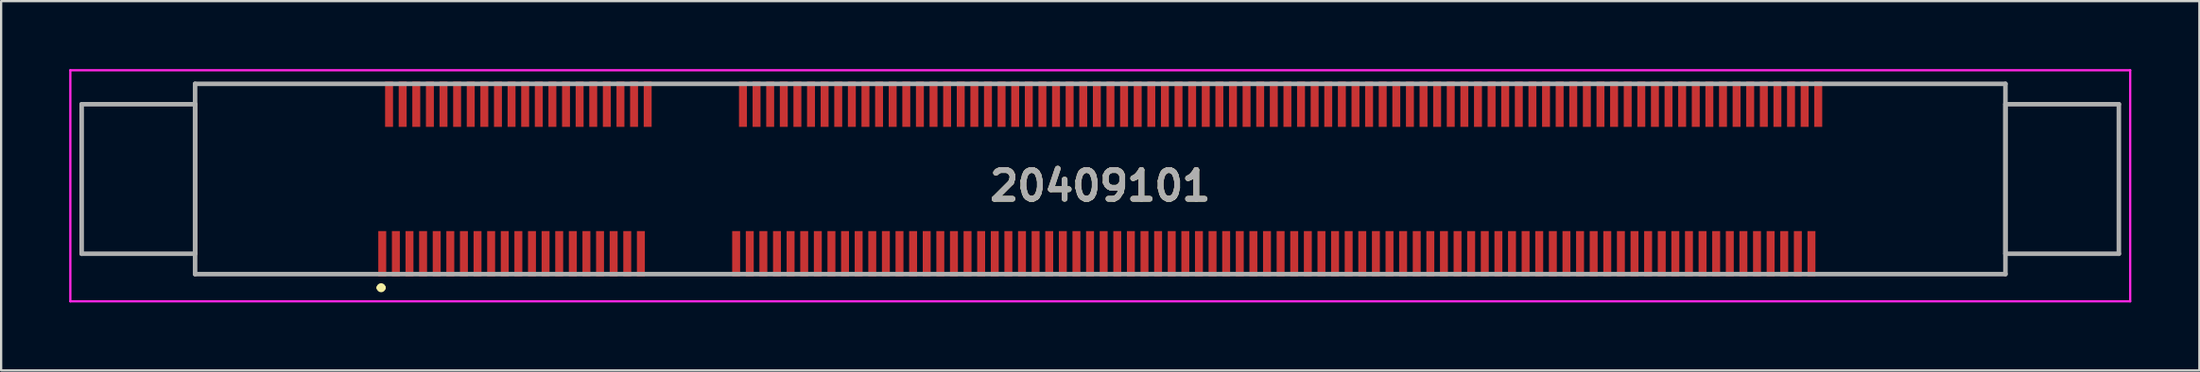
<source format=kicad_pcb>
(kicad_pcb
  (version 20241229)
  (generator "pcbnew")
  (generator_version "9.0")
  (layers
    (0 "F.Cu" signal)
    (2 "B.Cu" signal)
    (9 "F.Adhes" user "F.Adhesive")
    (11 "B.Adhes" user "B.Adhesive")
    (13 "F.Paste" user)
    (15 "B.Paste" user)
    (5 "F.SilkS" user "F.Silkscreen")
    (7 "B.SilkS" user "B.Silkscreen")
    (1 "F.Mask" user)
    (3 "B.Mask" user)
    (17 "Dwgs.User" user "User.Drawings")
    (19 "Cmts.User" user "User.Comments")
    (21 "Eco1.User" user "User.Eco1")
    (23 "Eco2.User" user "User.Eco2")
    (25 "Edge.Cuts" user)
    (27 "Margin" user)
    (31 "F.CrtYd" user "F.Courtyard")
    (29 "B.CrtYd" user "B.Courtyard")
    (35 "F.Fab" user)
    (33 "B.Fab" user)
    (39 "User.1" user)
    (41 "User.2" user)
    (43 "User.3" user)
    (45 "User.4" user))
  (footprint "20409101"
    (layer "F.Cu")
    (at 45.45 4.85)
    (property "Reference" "20409101" (at 0 0.3 0) (layer "F.SilkS") (effects (font (size 1.27 1.27) (thickness 0.254))))
    (attr through_hole)
    (fp_line (start -39.9 -4.2) (end -39.9 4.2) (stroke (width 0.1) (type solid)) (layer "F.SilkS"))
    (fp_line (start -39.9 4.2) (end -34 4.2) (stroke (width 0.1) (type solid)) (layer "F.SilkS"))
    (fp_line (start -34 -4.2) (end -39.9 -4.2) (stroke (width 0.1) (type solid)) (layer "F.SilkS"))
    (fp_line (start -31.8 4.8) (end -31.8 4.8) (stroke (width 0.2) (type solid)) (layer "F.SilkS"))
    (fp_line (start -31.6 4.8) (end -31.6 4.8) (stroke (width 0.2) (type solid)) (layer "F.SilkS"))
    (fp_line (start 34 -4.2) (end 39.9 -4.2) (stroke (width 0.1) (type solid)) (layer "F.SilkS"))
    (fp_line (start 39.9 -4.2) (end 39.9 4.2) (stroke (width 0.1) (type solid)) (layer "F.SilkS"))
    (fp_line (start 39.9 4.2) (end 34 4.2) (stroke (width 0.1) (type solid)) (layer "F.SilkS"))
    (fp_arc (start -31.8 4.8) (mid -31.7 4.7) (end -31.6 4.8) (stroke (width 0.2) (type solid)) (layer "F.SilkS"))
    (fp_arc (start -31.6 4.8) (mid -31.7 4.9) (end -31.8 4.8) (stroke (width 0.2) (type solid)) (layer "F.SilkS"))
    (fp_line (start -45.4 -4.8) (end 45.4 -4.8) (stroke (width 0.1) (type solid)) (layer "F.CrtYd"))
    (fp_line (start -45.4 5.4) (end -45.4 -4.8) (stroke (width 0.1) (type solid)) (layer "F.CrtYd"))
    (fp_line (start 45.4 -4.8) (end 45.4 5.4) (stroke (width 0.1) (type solid)) (layer "F.CrtYd"))
    (fp_line (start 45.4 5.4) (end -45.4 5.4) (stroke (width 0.1) (type solid)) (layer "F.CrtYd"))
    (fp_line (start -44.9 -3.3) (end -44.9 3.3) (stroke (width 0.2) (type solid)) (layer "F.Fab"))
    (fp_line (start -44.9 3.3) (end -39.9 3.3) (stroke (width 0.2) (type solid)) (layer "F.Fab"))
    (fp_line (start -39.9 -4.2) (end 39.9 -4.2) (stroke (width 0.2) (type solid)) (layer "F.Fab"))
    (fp_line (start -39.9 -3.3) (end -44.9 -3.3) (stroke (width 0.2) (type solid)) (layer "F.Fab"))
    (fp_line (start -39.9 3.3) (end -39.9 -3.3) (stroke (width 0.2) (type solid)) (layer "F.Fab"))
    (fp_line (start -39.9 4.2) (end -39.9 -4.2) (stroke (width 0.2) (type solid)) (layer "F.Fab"))
    (fp_line (start 39.9 -4.2) (end 39.9 4.2) (stroke (width 0.2) (type solid)) (layer "F.Fab"))
    (fp_line (start 39.9 -3.3) (end 44.9 -3.3) (stroke (width 0.2) (type solid)) (layer "F.Fab"))
    (fp_line (start 39.9 3.3) (end 39.9 -3.3) (stroke (width 0.2) (type solid)) (layer "F.Fab"))
    (fp_line (start 39.9 4.2) (end -39.9 4.2) (stroke (width 0.2) (type solid)) (layer "F.Fab"))
    (fp_line (start 44.9 -3.3) (end 44.9 3.3) (stroke (width 0.2) (type solid)) (layer "F.Fab"))
    (fp_line (start 44.9 3.3) (end 39.9 3.3) (stroke (width 0.2) (type solid)) (layer "F.Fab"))
    (fp_text user "${REFERENCE}" (at 0 0.3 0) (layer "F.Fab") (effects (font (size 1.27 1.27) (thickness 0.254))))
    (pad "" np_thru_hole circle (at -38.3 0) (size 0.001 0.001) (drill 1.1) (layers "*.Cu" "*.Mask"))
    (pad "" np_thru_hole circle (at 38.3 0) (size 0.001 0.001) (drill 1.5) (layers "*.Cu" "*.Mask"))
    (pad "1" smd rect (at -31.65 3.3) (size 0.35 2) (layers "F.Cu" "F.Mask" "F.Paste"))
    (pad "2" smd rect (at -31.35 -3.3) (size 0.35 2) (layers "F.Cu" "F.Mask" "F.Paste"))
    (pad "3" smd rect (at -31.05 3.3) (size 0.35 2) (layers "F.Cu" "F.Mask" "F.Paste"))
    (pad "4" smd rect (at -30.75 -3.3) (size 0.35 2) (layers "F.Cu" "F.Mask" "F.Paste"))
    (pad "5" smd rect (at -30.45 3.3) (size 0.35 2) (layers "F.Cu" "F.Mask" "F.Paste"))
    (pad "6" smd rect (at -30.15 -3.3) (size 0.35 2) (layers "F.Cu" "F.Mask" "F.Paste"))
    (pad "7" smd rect (at -29.85 3.3) (size 0.35 2) (layers "F.Cu" "F.Mask" "F.Paste"))
    (pad "8" smd rect (at -29.55 -3.3) (size 0.35 2) (layers "F.Cu" "F.Mask" "F.Paste"))
    (pad "9" smd rect (at -29.25 3.3) (size 0.35 2) (layers "F.Cu" "F.Mask" "F.Paste"))
    (pad "10" smd rect (at -28.95 -3.3) (size 0.35 2) (layers "F.Cu" "F.Mask" "F.Paste"))
    (pad "11" smd rect (at -28.65 3.3) (size 0.35 2) (layers "F.Cu" "F.Mask" "F.Paste"))
    (pad "12" smd rect (at -28.35 -3.3) (size 0.35 2) (layers "F.Cu" "F.Mask" "F.Paste"))
    (pad "13" smd rect (at -28.05 3.3) (size 0.35 2) (layers "F.Cu" "F.Mask" "F.Paste"))
    (pad "14" smd rect (at -27.75 -3.3) (size 0.35 2) (layers "F.Cu" "F.Mask" "F.Paste"))
    (pad "15" smd rect (at -27.45 3.3) (size 0.35 2) (layers "F.Cu" "F.Mask" "F.Paste"))
    (pad "16" smd rect (at -27.15 -3.3) (size 0.35 2) (layers "F.Cu" "F.Mask" "F.Paste"))
    (pad "17" smd rect (at -26.85 3.3) (size 0.35 2) (layers "F.Cu" "F.Mask" "F.Paste"))
    (pad "18" smd rect (at -26.55 -3.3) (size 0.35 2) (layers "F.Cu" "F.Mask" "F.Paste"))
    (pad "19" smd rect (at -26.25 3.3) (size 0.35 2) (layers "F.Cu" "F.Mask" "F.Paste"))
    (pad "20" smd rect (at -25.95 -3.3) (size 0.35 2) (layers "F.Cu" "F.Mask" "F.Paste"))
    (pad "21" smd rect (at -25.65 3.3) (size 0.35 2) (layers "F.Cu" "F.Mask" "F.Paste"))
    (pad "22" smd rect (at -25.35 -3.3) (size 0.35 2) (layers "F.Cu" "F.Mask" "F.Paste"))
    (pad "23" smd rect (at -25.05 3.3) (size 0.35 2) (layers "F.Cu" "F.Mask" "F.Paste"))
    (pad "24" smd rect (at -24.75 -3.3) (size 0.35 2) (layers "F.Cu" "F.Mask" "F.Paste"))
    (pad "25" smd rect (at -24.45 3.3) (size 0.35 2) (layers "F.Cu" "F.Mask" "F.Paste"))
    (pad "26" smd rect (at -24.15 -3.3) (size 0.35 2) (layers "F.Cu" "F.Mask" "F.Paste"))
    (pad "27" smd rect (at -23.85 3.3) (size 0.35 2) (layers "F.Cu" "F.Mask" "F.Paste"))
    (pad "28" smd rect (at -23.55 -3.3) (size 0.35 2) (layers "F.Cu" "F.Mask" "F.Paste"))
    (pad "29" smd rect (at -23.25 3.3) (size 0.35 2) (layers "F.Cu" "F.Mask" "F.Paste"))
    (pad "30" smd rect (at -22.95 -3.3) (size 0.35 2) (layers "F.Cu" "F.Mask" "F.Paste"))
    (pad "31" smd rect (at -22.65 3.3) (size 0.35 2) (layers "F.Cu" "F.Mask" "F.Paste"))
    (pad "32" smd rect (at -22.35 -3.3) (size 0.35 2) (layers "F.Cu" "F.Mask" "F.Paste"))
    (pad "33" smd rect (at -22.05 3.3) (size 0.35 2) (layers "F.Cu" "F.Mask" "F.Paste"))
    (pad "34" smd rect (at -21.75 -3.3) (size 0.35 2) (layers "F.Cu" "F.Mask" "F.Paste"))
    (pad "35" smd rect (at -21.45 3.3) (size 0.35 2) (layers "F.Cu" "F.Mask" "F.Paste"))
    (pad "36" smd rect (at -21.15 -3.3) (size 0.35 2) (layers "F.Cu" "F.Mask" "F.Paste"))
    (pad "37" smd rect (at -20.85 3.3) (size 0.35 2) (layers "F.Cu" "F.Mask" "F.Paste"))
    (pad "38" smd rect (at -20.55 -3.3) (size 0.35 2) (layers "F.Cu" "F.Mask" "F.Paste"))
    (pad "39" smd rect (at -20.25 3.3) (size 0.35 2) (layers "F.Cu" "F.Mask" "F.Paste"))
    (pad "40" smd rect (at -19.95 -3.3) (size 0.35 2) (layers "F.Cu" "F.Mask" "F.Paste"))
    (pad "41" smd rect (at -16.05 3.3) (size 0.35 2) (layers "F.Cu" "F.Mask" "F.Paste"))
    (pad "42" smd rect (at -15.75 -3.3) (size 0.35 2) (layers "F.Cu" "F.Mask" "F.Paste"))
    (pad "43" smd rect (at -15.45 3.3) (size 0.35 2) (layers "F.Cu" "F.Mask" "F.Paste"))
    (pad "44" smd rect (at -15.15 -3.3) (size 0.35 2) (layers "F.Cu" "F.Mask" "F.Paste"))
    (pad "45" smd rect (at -14.85 3.3) (size 0.35 2) (layers "F.Cu" "F.Mask" "F.Paste"))
    (pad "46" smd rect (at -14.55 -3.3) (size 0.35 2) (layers "F.Cu" "F.Mask" "F.Paste"))
    (pad "47" smd rect (at -14.25 3.3) (size 0.35 2) (layers "F.Cu" "F.Mask" "F.Paste"))
    (pad "48" smd rect (at -13.95 -3.3) (size 0.35 2) (layers "F.Cu" "F.Mask" "F.Paste"))
    (pad "49" smd rect (at -13.65 3.3) (size 0.35 2) (layers "F.Cu" "F.Mask" "F.Paste"))
    (pad "50" smd rect (at -13.35 -3.3) (size 0.35 2) (layers "F.Cu" "F.Mask" "F.Paste"))
    (pad "51" smd rect (at -13.05 3.3) (size 0.35 2) (layers "F.Cu" "F.Mask" "F.Paste"))
    (pad "52" smd rect (at -12.75 -3.3) (size 0.35 2) (layers "F.Cu" "F.Mask" "F.Paste"))
    (pad "53" smd rect (at -12.45 3.3) (size 0.35 2) (layers "F.Cu" "F.Mask" "F.Paste"))
    (pad "54" smd rect (at -12.15 -3.3) (size 0.35 2) (layers "F.Cu" "F.Mask" "F.Paste"))
    (pad "55" smd rect (at -11.85 3.3) (size 0.35 2) (layers "F.Cu" "F.Mask" "F.Paste"))
    (pad "56" smd rect (at -11.55 -3.3) (size 0.35 2) (layers "F.Cu" "F.Mask" "F.Paste"))
    (pad "57" smd rect (at -11.25 3.3) (size 0.35 2) (layers "F.Cu" "F.Mask" "F.Paste"))
    (pad "58" smd rect (at -10.95 -3.3) (size 0.35 2) (layers "F.Cu" "F.Mask" "F.Paste"))
    (pad "59" smd rect (at -10.65 3.3) (size 0.35 2) (layers "F.Cu" "F.Mask" "F.Paste"))
    (pad "60" smd rect (at -10.35 -3.3) (size 0.35 2) (layers "F.Cu" "F.Mask" "F.Paste"))
    (pad "61" smd rect (at -10.05 3.3) (size 0.35 2) (layers "F.Cu" "F.Mask" "F.Paste"))
    (pad "62" smd rect (at -9.75 -3.3) (size 0.35 2) (layers "F.Cu" "F.Mask" "F.Paste"))
    (pad "63" smd rect (at -9.45 3.3) (size 0.35 2) (layers "F.Cu" "F.Mask" "F.Paste"))
    (pad "64" smd rect (at -9.15 -3.3) (size 0.35 2) (layers "F.Cu" "F.Mask" "F.Paste"))
    (pad "65" smd rect (at -8.85 3.3) (size 0.35 2) (layers "F.Cu" "F.Mask" "F.Paste"))
    (pad "66" smd rect (at -8.55 -3.3) (size 0.35 2) (layers "F.Cu" "F.Mask" "F.Paste"))
    (pad "67" smd rect (at -8.25 3.3) (size 0.35 2) (layers "F.Cu" "F.Mask" "F.Paste"))
    (pad "68" smd rect (at -7.95 -3.3) (size 0.35 2) (layers "F.Cu" "F.Mask" "F.Paste"))
    (pad "69" smd rect (at -7.65 3.3) (size 0.35 2) (layers "F.Cu" "F.Mask" "F.Paste"))
    (pad "70" smd rect (at -7.35 -3.3) (size 0.35 2) (layers "F.Cu" "F.Mask" "F.Paste"))
    (pad "71" smd rect (at -7.05 3.3) (size 0.35 2) (layers "F.Cu" "F.Mask" "F.Paste"))
    (pad "72" smd rect (at -6.75 -3.3) (size 0.35 2) (layers "F.Cu" "F.Mask" "F.Paste"))
    (pad "73" smd rect (at -6.45 3.3) (size 0.35 2) (layers "F.Cu" "F.Mask" "F.Paste"))
    (pad "74" smd rect (at -6.15 -3.3) (size 0.35 2) (layers "F.Cu" "F.Mask" "F.Paste"))
    (pad "75" smd rect (at -5.85 3.3) (size 0.35 2) (layers "F.Cu" "F.Mask" "F.Paste"))
    (pad "76" smd rect (at -5.55 -3.3) (size 0.35 2) (layers "F.Cu" "F.Mask" "F.Paste"))
    (pad "77" smd rect (at -5.25 3.3) (size 0.35 2) (layers "F.Cu" "F.Mask" "F.Paste"))
    (pad "78" smd rect (at -4.95 -3.3) (size 0.35 2) (layers "F.Cu" "F.Mask" "F.Paste"))
    (pad "79" smd rect (at -4.65 3.3) (size 0.35 2) (layers "F.Cu" "F.Mask" "F.Paste"))
    (pad "80" smd rect (at -4.35 -3.3) (size 0.35 2) (layers "F.Cu" "F.Mask" "F.Paste"))
    (pad "81" smd rect (at -4.05 3.3) (size 0.35 2) (layers "F.Cu" "F.Mask" "F.Paste"))
    (pad "82" smd rect (at -3.75 -3.3) (size 0.35 2) (layers "F.Cu" "F.Mask" "F.Paste"))
    (pad "83" smd rect (at -3.45 3.3) (size 0.35 2) (layers "F.Cu" "F.Mask" "F.Paste"))
    (pad "84" smd rect (at -3.15 -3.3) (size 0.35 2) (layers "F.Cu" "F.Mask" "F.Paste"))
    (pad "85" smd rect (at -2.85 3.3) (size 0.35 2) (layers "F.Cu" "F.Mask" "F.Paste"))
    (pad "86" smd rect (at -2.55 -3.3) (size 0.35 2) (layers "F.Cu" "F.Mask" "F.Paste"))
    (pad "87" smd rect (at -2.25 3.3) (size 0.35 2) (layers "F.Cu" "F.Mask" "F.Paste"))
    (pad "88" smd rect (at -1.95 -3.3) (size 0.35 2) (layers "F.Cu" "F.Mask" "F.Paste"))
    (pad "89" smd rect (at -1.65 3.3) (size 0.35 2) (layers "F.Cu" "F.Mask" "F.Paste"))
    (pad "90" smd rect (at -1.35 -3.3) (size 0.35 2) (layers "F.Cu" "F.Mask" "F.Paste"))
    (pad "91" smd rect (at -1.05 3.3) (size 0.35 2) (layers "F.Cu" "F.Mask" "F.Paste"))
    (pad "92" smd rect (at -0.75 -3.3) (size 0.35 2) (layers "F.Cu" "F.Mask" "F.Paste"))
    (pad "93" smd rect (at -0.45 3.3) (size 0.35 2) (layers "F.Cu" "F.Mask" "F.Paste"))
    (pad "94" smd rect (at -0.15 -3.3) (size 0.35 2) (layers "F.Cu" "F.Mask" "F.Paste"))
    (pad "95" smd rect (at 0.15 3.3) (size 0.35 2) (layers "F.Cu" "F.Mask" "F.Paste"))
    (pad "96" smd rect (at 0.45 -3.3) (size 0.35 2) (layers "F.Cu" "F.Mask" "F.Paste"))
    (pad "97" smd rect (at 0.75 3.3) (size 0.35 2) (layers "F.Cu" "F.Mask" "F.Paste"))
    (pad "98" smd rect (at 1.05 -3.3) (size 0.35 2) (layers "F.Cu" "F.Mask" "F.Paste"))
    (pad "99" smd rect (at 1.35 3.3) (size 0.35 2) (layers "F.Cu" "F.Mask" "F.Paste"))
    (pad "100" smd rect (at 1.65 -3.3) (size 0.35 2) (layers "F.Cu" "F.Mask" "F.Paste"))
    (pad "101" smd rect (at 1.95 3.3) (size 0.35 2) (layers "F.Cu" "F.Mask" "F.Paste"))
    (pad "102" smd rect (at 2.25 -3.3) (size 0.35 2) (layers "F.Cu" "F.Mask" "F.Paste"))
    (pad "103" smd rect (at 2.55 3.3) (size 0.35 2) (layers "F.Cu" "F.Mask" "F.Paste"))
    (pad "104" smd rect (at 2.85 -3.3) (size 0.35 2) (layers "F.Cu" "F.Mask" "F.Paste"))
    (pad "105" smd rect (at 3.15 3.3) (size 0.35 2) (layers "F.Cu" "F.Mask" "F.Paste"))
    (pad "106" smd rect (at 3.45 -3.3) (size 0.35 2) (layers "F.Cu" "F.Mask" "F.Paste"))
    (pad "107" smd rect (at 3.75 3.3) (size 0.35 2) (layers "F.Cu" "F.Mask" "F.Paste"))
    (pad "108" smd rect (at 4.05 -3.3) (size 0.35 2) (layers "F.Cu" "F.Mask" "F.Paste"))
    (pad "109" smd rect (at 4.35 3.3) (size 0.35 2) (layers "F.Cu" "F.Mask" "F.Paste"))
    (pad "110" smd rect (at 4.65 -3.3) (size 0.35 2) (layers "F.Cu" "F.Mask" "F.Paste"))
    (pad "111" smd rect (at 4.95 3.3) (size 0.35 2) (layers "F.Cu" "F.Mask" "F.Paste"))
    (pad "112" smd rect (at 5.25 -3.3) (size 0.35 2) (layers "F.Cu" "F.Mask" "F.Paste"))
    (pad "113" smd rect (at 5.55 3.3) (size 0.35 2) (layers "F.Cu" "F.Mask" "F.Paste"))
    (pad "114" smd rect (at 5.85 -3.3) (size 0.35 2) (layers "F.Cu" "F.Mask" "F.Paste"))
    (pad "115" smd rect (at 6.15 3.3) (size 0.35 2) (layers "F.Cu" "F.Mask" "F.Paste"))
    (pad "116" smd rect (at 6.45 -3.3) (size 0.35 2) (layers "F.Cu" "F.Mask" "F.Paste"))
    (pad "117" smd rect (at 6.75 3.3) (size 0.35 2) (layers "F.Cu" "F.Mask" "F.Paste"))
    (pad "118" smd rect (at 7.05 -3.3) (size 0.35 2) (layers "F.Cu" "F.Mask" "F.Paste"))
    (pad "119" smd rect (at 7.35 3.3) (size 0.35 2) (layers "F.Cu" "F.Mask" "F.Paste"))
    (pad "120" smd rect (at 7.65 -3.3) (size 0.35 2) (layers "F.Cu" "F.Mask" "F.Paste"))
    (pad "121" smd rect (at 7.95 3.3) (size 0.35 2) (layers "F.Cu" "F.Mask" "F.Paste"))
    (pad "122" smd rect (at 8.25 -3.3) (size 0.35 2) (layers "F.Cu" "F.Mask" "F.Paste"))
    (pad "123" smd rect (at 8.55 3.3) (size 0.35 2) (layers "F.Cu" "F.Mask" "F.Paste"))
    (pad "124" smd rect (at 8.85 -3.3) (size 0.35 2) (layers "F.Cu" "F.Mask" "F.Paste"))
    (pad "125" smd rect (at 9.15 3.3) (size 0.35 2) (layers "F.Cu" "F.Mask" "F.Paste"))
    (pad "126" smd rect (at 9.45 -3.3) (size 0.35 2) (layers "F.Cu" "F.Mask" "F.Paste"))
    (pad "127" smd rect (at 9.75 3.3) (size 0.35 2) (layers "F.Cu" "F.Mask" "F.Paste"))
    (pad "128" smd rect (at 10.05 -3.3) (size 0.35 2) (layers "F.Cu" "F.Mask" "F.Paste"))
    (pad "129" smd rect (at 10.35 3.3) (size 0.35 2) (layers "F.Cu" "F.Mask" "F.Paste"))
    (pad "130" smd rect (at 10.65 -3.3) (size 0.35 2) (layers "F.Cu" "F.Mask" "F.Paste"))
    (pad "131" smd rect (at 10.95 3.3) (size 0.35 2) (layers "F.Cu" "F.Mask" "F.Paste"))
    (pad "132" smd rect (at 11.25 -3.3) (size 0.35 2) (layers "F.Cu" "F.Mask" "F.Paste"))
    (pad "133" smd rect (at 11.55 3.3) (size 0.35 2) (layers "F.Cu" "F.Mask" "F.Paste"))
    (pad "134" smd rect (at 11.85 -3.3) (size 0.35 2) (layers "F.Cu" "F.Mask" "F.Paste"))
    (pad "135" smd rect (at 12.15 3.3) (size 0.35 2) (layers "F.Cu" "F.Mask" "F.Paste"))
    (pad "136" smd rect (at 12.45 -3.3) (size 0.35 2) (layers "F.Cu" "F.Mask" "F.Paste"))
    (pad "137" smd rect (at 12.75 3.3) (size 0.35 2) (layers "F.Cu" "F.Mask" "F.Paste"))
    (pad "138" smd rect (at 13.05 -3.3) (size 0.35 2) (layers "F.Cu" "F.Mask" "F.Paste"))
    (pad "139" smd rect (at 13.35 3.3) (size 0.35 2) (layers "F.Cu" "F.Mask" "F.Paste"))
    (pad "140" smd rect (at 13.65 -3.3) (size 0.35 2) (layers "F.Cu" "F.Mask" "F.Paste"))
    (pad "141" smd rect (at 13.95 3.3) (size 0.35 2) (layers "F.Cu" "F.Mask" "F.Paste"))
    (pad "142" smd rect (at 14.25 -3.3) (size 0.35 2) (layers "F.Cu" "F.Mask" "F.Paste"))
    (pad "143" smd rect (at 14.55 3.3) (size 0.35 2) (layers "F.Cu" "F.Mask" "F.Paste"))
    (pad "144" smd rect (at 14.85 -3.3) (size 0.35 2) (layers "F.Cu" "F.Mask" "F.Paste"))
    (pad "145" smd rect (at 15.45 -3.3) (size 0.35 2) (layers "F.Cu" "F.Mask" "F.Paste"))
    (pad "146" smd rect (at 15.15 3.3) (size 0.35 2) (layers "F.Cu" "F.Mask" "F.Paste"))
    (pad "147" smd rect (at 16.05 -3.3) (size 0.35 2) (layers "F.Cu" "F.Mask" "F.Paste"))
    (pad "148" smd rect (at 15.75 3.3) (size 0.35 2) (layers "F.Cu" "F.Mask" "F.Paste"))
    (pad "149" smd rect (at 16.65 -3.3) (size 0.35 2) (layers "F.Cu" "F.Mask" "F.Paste"))
    (pad "150" smd rect (at 16.35 3.3) (size 0.35 2) (layers "F.Cu" "F.Mask" "F.Paste"))
    (pad "151" smd rect (at 17.25 -3.3) (size 0.35 2) (layers "F.Cu" "F.Mask" "F.Paste"))
    (pad "152" smd rect (at 16.95 3.3) (size 0.35 2) (layers "F.Cu" "F.Mask" "F.Paste"))
    (pad "153" smd rect (at 17.85 -3.3) (size 0.35 2) (layers "F.Cu" "F.Mask" "F.Paste"))
    (pad "154" smd rect (at 17.55 3.3) (size 0.35 2) (layers "F.Cu" "F.Mask" "F.Paste"))
    (pad "155" smd rect (at 18.45 -3.3) (size 0.35 2) (layers "F.Cu" "F.Mask" "F.Paste"))
    (pad "156" smd rect (at 18.15 3.3) (size 0.35 2) (layers "F.Cu" "F.Mask" "F.Paste"))
    (pad "157" smd rect (at 19.05 -3.3) (size 0.35 2) (layers "F.Cu" "F.Mask" "F.Paste"))
    (pad "158" smd rect (at 18.75 3.3) (size 0.35 2) (layers "F.Cu" "F.Mask" "F.Paste"))
    (pad "159" smd rect (at 19.65 -3.3) (size 0.35 2) (layers "F.Cu" "F.Mask" "F.Paste"))
    (pad "160" smd rect (at 19.35 3.3) (size 0.35 2) (layers "F.Cu" "F.Mask" "F.Paste"))
    (pad "161" smd rect (at 20.25 -3.3) (size 0.35 2) (layers "F.Cu" "F.Mask" "F.Paste"))
    (pad "162" smd rect (at 19.95 3.3) (size 0.35 2) (layers "F.Cu" "F.Mask" "F.Paste"))
    (pad "163" smd rect (at 20.85 -3.3) (size 0.35 2) (layers "F.Cu" "F.Mask" "F.Paste"))
    (pad "164" smd rect (at 20.55 3.3) (size 0.35 2) (layers "F.Cu" "F.Mask" "F.Paste"))
    (pad "165" smd rect (at 21.45 -3.3) (size 0.35 2) (layers "F.Cu" "F.Mask" "F.Paste"))
    (pad "166" smd rect (at 21.15 3.3) (size 0.35 2) (layers "F.Cu" "F.Mask" "F.Paste"))
    (pad "167" smd rect (at 22.05 -3.3) (size 0.35 2) (layers "F.Cu" "F.Mask" "F.Paste"))
    (pad "168" smd rect (at 21.75 3.3) (size 0.35 2) (layers "F.Cu" "F.Mask" "F.Paste"))
    (pad "169" smd rect (at 22.65 -3.3) (size 0.35 2) (layers "F.Cu" "F.Mask" "F.Paste"))
    (pad "170" smd rect (at 22.35 3.3) (size 0.35 2) (layers "F.Cu" "F.Mask" "F.Paste"))
    (pad "171" smd rect (at 23.25 -3.3) (size 0.35 2) (layers "F.Cu" "F.Mask" "F.Paste"))
    (pad "172" smd rect (at 22.95 3.3) (size 0.35 2) (layers "F.Cu" "F.Mask" "F.Paste"))
    (pad "173" smd rect (at 23.85 -3.3) (size 0.35 2) (layers "F.Cu" "F.Mask" "F.Paste"))
    (pad "174" smd rect (at 23.55 3.3) (size 0.35 2) (layers "F.Cu" "F.Mask" "F.Paste"))
    (pad "175" smd rect (at 24.45 -3.3) (size 0.35 2) (layers "F.Cu" "F.Mask" "F.Paste"))
    (pad "176" smd rect (at 24.15 3.3) (size 0.35 2) (layers "F.Cu" "F.Mask" "F.Paste"))
    (pad "177" smd rect (at 25.05 -3.3) (size 0.35 2) (layers "F.Cu" "F.Mask" "F.Paste"))
    (pad "178" smd rect (at 24.75 3.3) (size 0.35 2) (layers "F.Cu" "F.Mask" "F.Paste"))
    (pad "179" smd rect (at 25.65 -3.3) (size 0.35 2) (layers "F.Cu" "F.Mask" "F.Paste"))
    (pad "180" smd rect (at 25.35 3.3) (size 0.35 2) (layers "F.Cu" "F.Mask" "F.Paste"))
    (pad "181" smd rect (at 26.25 -3.3) (size 0.35 2) (layers "F.Cu" "F.Mask" "F.Paste"))
    (pad "182" smd rect (at 25.95 3.3) (size 0.35 2) (layers "F.Cu" "F.Mask" "F.Paste"))
    (pad "183" smd rect (at 26.85 -3.3) (size 0.35 2) (layers "F.Cu" "F.Mask" "F.Paste"))
    (pad "184" smd rect (at 26.55 3.3) (size 0.35 2) (layers "F.Cu" "F.Mask" "F.Paste"))
    (pad "185" smd rect (at 27.45 -3.3) (size 0.35 2) (layers "F.Cu" "F.Mask" "F.Paste"))
    (pad "186" smd rect (at 27.15 3.3) (size 0.35 2) (layers "F.Cu" "F.Mask" "F.Paste"))
    (pad "187" smd rect (at 28.05 -3.3) (size 0.35 2) (layers "F.Cu" "F.Mask" "F.Paste"))
    (pad "188" smd rect (at 27.75 3.3) (size 0.35 2) (layers "F.Cu" "F.Mask" "F.Paste"))
    (pad "189" smd rect (at 28.65 -3.3) (size 0.35 2) (layers "F.Cu" "F.Mask" "F.Paste"))
    (pad "190" smd rect (at 28.35 3.3) (size 0.35 2) (layers "F.Cu" "F.Mask" "F.Paste"))
    (pad "191" smd rect (at 29.25 -3.3) (size 0.35 2) (layers "F.Cu" "F.Mask" "F.Paste"))
    (pad "192" smd rect (at 28.95 3.3) (size 0.35 2) (layers "F.Cu" "F.Mask" "F.Paste"))
    (pad "193" smd rect (at 29.85 -3.3) (size 0.35 2) (layers "F.Cu" "F.Mask" "F.Paste"))
    (pad "194" smd rect (at 29.55 3.3) (size 0.35 2) (layers "F.Cu" "F.Mask" "F.Paste"))
    (pad "195" smd rect (at 30.45 -3.3) (size 0.35 2) (layers "F.Cu" "F.Mask" "F.Paste"))
    (pad "196" smd rect (at 30.15 3.3) (size 0.35 2) (layers "F.Cu" "F.Mask" "F.Paste"))
    (pad "197" smd rect (at 31.05 -3.3) (size 0.35 2) (layers "F.Cu" "F.Mask" "F.Paste"))
    (pad "198" smd rect (at 30.75 3.3) (size 0.35 2) (layers "F.Cu" "F.Mask" "F.Paste"))
    (pad "199" smd rect (at 31.65 -3.3) (size 0.35 2) (layers "F.Cu" "F.Mask" "F.Paste"))
    (pad "200" smd rect (at 31.35 3.3) (size 0.35 2) (layers "F.Cu" "F.Mask" "F.Paste")))
  (gr_rect
    (start -3 -3)
    (end 93.9 13.3)
    (stroke (width 0.1) (type default))
    (fill no)
    (layer "Edge.Cuts")))
</source>
